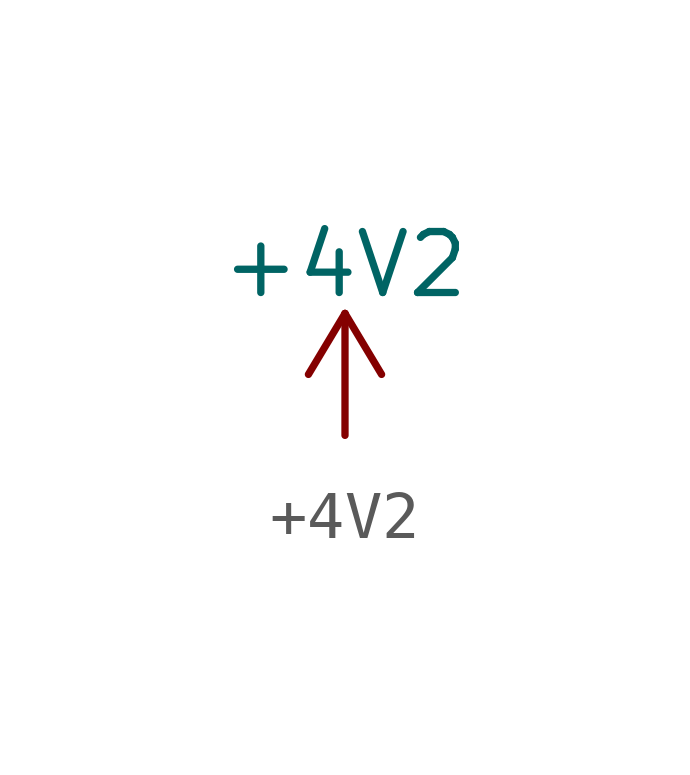
<source format=kicad_sym>
(kicad_symbol_lib
  (version 20211014)
  (generator kicad_symbol_editor)
  (symbol "+4V2"
    (power)
    (pin_names
      (offset 0))
    (property "Reference" "#PWR"
      (at 0 -3.81 0)
      (effects (font (size 1.27 1.27)) hide))
    (property "Value" "+4V2"
      (at 0 3.556 0)
      (effects (font (size 1.27 1.27))))
    (symbol "+4V2_0_1"
      (polyline (pts (xy -0.762 1.27) (xy 0 2.54)) (stroke (width 0) (type default) (color 0 0 0 0)) (fill (type none)))
      (polyline (pts (xy 0 0) (xy 0 2.54)) (stroke (width 0) (type default) (color 0 0 0 0)) (fill (type none)))
      (polyline (pts (xy 0 2.54) (xy 0.762 1.27)) (stroke (width 0) (type default) (color 0 0 0 0)) (fill (type none))))
    (symbol "+4V2_1_1"
      (pin power_in line (at 0 0 90) (length 0) hide (name "+4V2" (effects (font (size 1.27 1.27)))) (number "1" (effects (font (size 1.27 1.27))))))))
</source>
